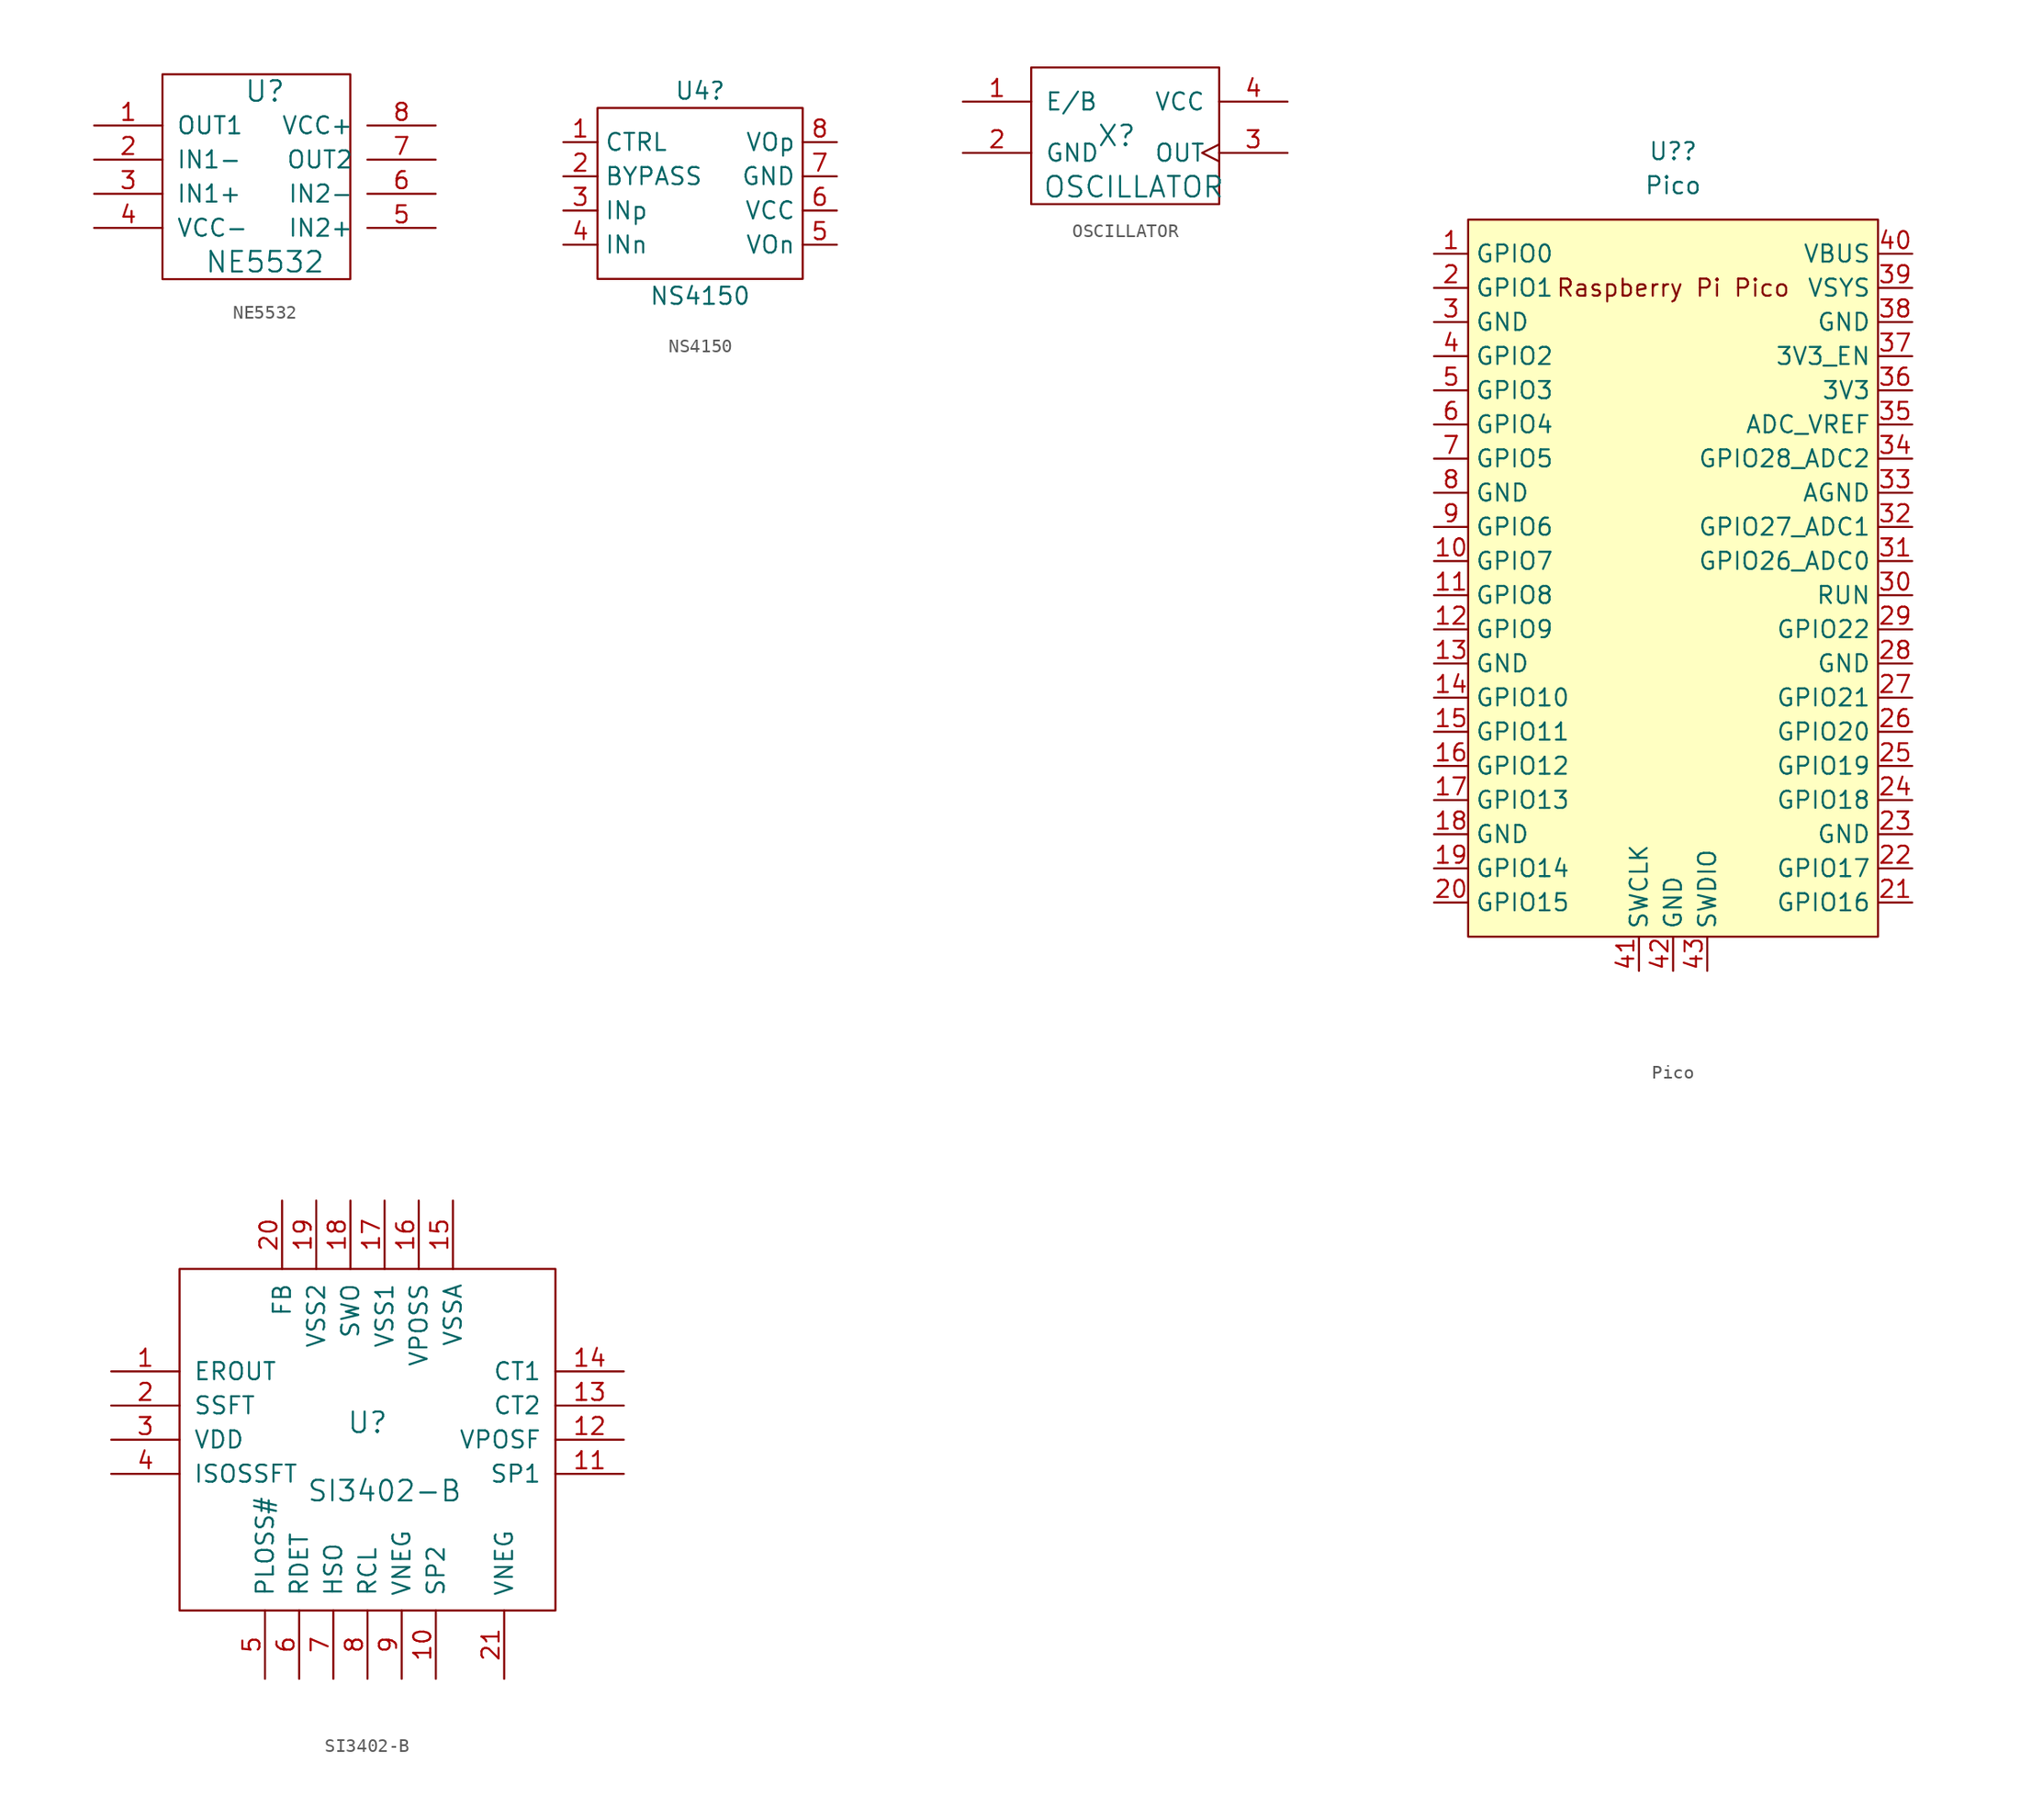
<source format=kicad_sym>
(kicad_symbol_lib
  (version 20220914)
  (generator kicad_symbol_editor)
  (symbol "NE5532"
    (pin_names
      (offset 1.016))
    (property "Reference" "U"
      (at 1.27 6.35 0)
      (effects (font (size 1.524 1.524))))
    (property "Value" "NE5532"
      (at 1.27 -6.35 0)
      (effects (font (size 1.524 1.524))))
    (property "Footprint" ""
      (at 1.27 -3.81 0)
      (effects (font (size 1.524 1.524))))
    (property "Datasheet" ""
      (at 1.27 -3.81 0)
      (effects (font (size 1.524 1.524))))
    (symbol "NE5532_0_1"
      (rectangle (start -6.35 7.62) (end 7.62 -7.62) (stroke (width 0) (type default)) (fill (type none))))
    (symbol "NE5532_1_1"
      (pin input line (at -11.43 3.81 0) (length 5.08) (name "OUT1" (effects (font (size 1.27 1.27)))) (number "1" (effects (font (size 1.27 1.27)))))
      (pin input line (at -11.43 1.27 0) (length 5.08) (name "IN1-" (effects (font (size 1.27 1.27)))) (number "2" (effects (font (size 1.27 1.27)))))
      (pin input line (at -11.43 -1.27 0) (length 5.08) (name "IN1+" (effects (font (size 1.27 1.27)))) (number "3" (effects (font (size 1.27 1.27)))))
      (pin input line (at -11.43 -3.81 0) (length 5.08) (name "VCC-" (effects (font (size 1.27 1.27)))) (number "4" (effects (font (size 1.27 1.27)))))
      (pin input line (at 13.97 -3.81 180) (length 5.08) (name "IN2+" (effects (font (size 1.27 1.27)))) (number "5" (effects (font (size 1.27 1.27)))))
      (pin input line (at 13.97 -1.27 180) (length 5.08) (name "IN2-" (effects (font (size 1.27 1.27)))) (number "6" (effects (font (size 1.27 1.27)))))
      (pin input line (at 13.97 1.27 180) (length 5.08) (name "OUT2" (effects (font (size 1.27 1.27)))) (number "7" (effects (font (size 1.27 1.27)))))
      (pin input line (at 13.97 3.81 180) (length 5.08) (name "VCC+" (effects (font (size 1.27 1.27)))) (number "8" (effects (font (size 1.27 1.27)))))))
  (symbol "NS4150"
    (property "Reference" "U4"
      (at 0 7.62 0)
      (effects (font (size 1.27 1.27))))
    (property "Value" "NS4150"
      (at 0 -7.62 0)
      (effects (font (size 1.27 1.27))))
    (symbol "NS4150_0_1"
      (rectangle (start -7.62 6.35) (end 7.62 -6.35) (stroke (width 0) (type default)) (fill (type none))))
    (symbol "NS4150_1_1"
      (pin input line (at -10.16 3.81 0) (length 2.54) (name "CTRL" (effects (font (size 1.27 1.27)))) (number "1" (effects (font (size 1.27 1.27)))))
      (pin input line (at -10.16 1.27 0) (length 2.54) (name "BYPASS" (effects (font (size 1.27 1.27)))) (number "2" (effects (font (size 1.27 1.27)))))
      (pin input line (at -10.16 -1.27 0) (length 2.54) (name "INp" (effects (font (size 1.27 1.27)))) (number "3" (effects (font (size 1.27 1.27)))))
      (pin input line (at -10.16 -3.81 0) (length 2.54) (name "INn" (effects (font (size 1.27 1.27)))) (number "4" (effects (font (size 1.27 1.27)))))
      (pin input line (at 10.16 -3.81 180) (length 2.54) (name "VOn" (effects (font (size 1.27 1.27)))) (number "5" (effects (font (size 1.27 1.27)))))
      (pin input line (at 10.16 -1.27 180) (length 2.54) (name "VCC" (effects (font (size 1.27 1.27)))) (number "6" (effects (font (size 1.27 1.27)))))
      (pin input line (at 10.16 1.27 180) (length 2.54) (name "GND" (effects (font (size 1.27 1.27)))) (number "7" (effects (font (size 1.27 1.27)))))
      (pin input line (at 10.16 3.81 180) (length 2.54) (name "VOp" (effects (font (size 1.27 1.27)))) (number "8" (effects (font (size 1.27 1.27)))))))
  (symbol "OSCILLATOR"
    (pin_names
      (offset 1.016))
    (property "Reference" "X"
      (at 0 -1.27 0)
      (effects (font (size 1.524 1.524))))
    (property "Value" "OSCILLATOR"
      (at 1.27 -5.08 0)
      (effects (font (size 1.524 1.524))))
    (property "Footprint" ""
      (at 0 0 0)
      (effects (font (size 1.524 1.524))))
    (property "Datasheet" ""
      (at 0 0 0)
      (effects (font (size 1.524 1.524))))
    (symbol "OSCILLATOR_0_1"
      (rectangle (start -6.35 3.81) (end 7.62 -6.35) (stroke (width 0) (type default)) (fill (type none))))
    (symbol "OSCILLATOR_1_1"
      (pin input line (at -11.43 1.27 0) (length 5.08) (name "E/B" (effects (font (size 1.27 1.27)))) (number "1" (effects (font (size 1.27 1.27)))))
      (pin power_in line (at -11.43 -2.54 0) (length 5.08) (name "GND" (effects (font (size 1.27 1.27)))) (number "2" (effects (font (size 1.27 1.27)))))
      (pin output clock (at 12.7 -2.54 180) (length 5.08) (name "OUT" (effects (font (size 1.27 1.27)))) (number "3" (effects (font (size 1.27 1.27)))))
      (pin power_in line (at 12.7 1.27 180) (length 5.08) (name "VCC" (effects (font (size 1.27 1.27)))) (number "4" (effects (font (size 1.27 1.27)))))))
  (symbol "Pico"
    (property "Reference" "U?"
      (at 0 31.75 0)
      (effects (font (size 1.27 1.27))))
    (property "Value" "Pico"
      (at 0 29.21 0)
      (effects (font (size 1.27 1.27))))
    (symbol "Pico_0_0"
      (text "Raspberry Pi Pico" (at 0 21.59 0) (effects (font (size 1.27 1.27)))))
    (symbol "Pico_0_1"
      (rectangle (start -15.24 26.67) (end 15.24 -26.67) (stroke (width 0) (type default)) (fill (type background))))
    (symbol "Pico_1_1"
      (pin bidirectional line (at -17.78 24.13 0) (length 2.54) (name "GPIO0" (effects (font (size 1.27 1.27)))) (number "1" (effects (font (size 1.27 1.27)))))
      (pin bidirectional line (at -17.78 1.27 0) (length 2.54) (name "GPIO7" (effects (font (size 1.27 1.27)))) (number "10" (effects (font (size 1.27 1.27)))))
      (pin bidirectional line (at -17.78 -1.27 0) (length 2.54) (name "GPIO8" (effects (font (size 1.27 1.27)))) (number "11" (effects (font (size 1.27 1.27)))))
      (pin bidirectional line (at -17.78 -3.81 0) (length 2.54) (name "GPIO9" (effects (font (size 1.27 1.27)))) (number "12" (effects (font (size 1.27 1.27)))))
      (pin power_in line (at -17.78 -6.35 0) (length 2.54) (name "GND" (effects (font (size 1.27 1.27)))) (number "13" (effects (font (size 1.27 1.27)))))
      (pin bidirectional line (at -17.78 -8.89 0) (length 2.54) (name "GPIO10" (effects (font (size 1.27 1.27)))) (number "14" (effects (font (size 1.27 1.27)))))
      (pin bidirectional line (at -17.78 -11.43 0) (length 2.54) (name "GPIO11" (effects (font (size 1.27 1.27)))) (number "15" (effects (font (size 1.27 1.27)))))
      (pin bidirectional line (at -17.78 -13.97 0) (length 2.54) (name "GPIO12" (effects (font (size 1.27 1.27)))) (number "16" (effects (font (size 1.27 1.27)))))
      (pin bidirectional line (at -17.78 -16.51 0) (length 2.54) (name "GPIO13" (effects (font (size 1.27 1.27)))) (number "17" (effects (font (size 1.27 1.27)))))
      (pin power_in line (at -17.78 -19.05 0) (length 2.54) (name "GND" (effects (font (size 1.27 1.27)))) (number "18" (effects (font (size 1.27 1.27)))))
      (pin bidirectional line (at -17.78 -21.59 0) (length 2.54) (name "GPIO14" (effects (font (size 1.27 1.27)))) (number "19" (effects (font (size 1.27 1.27)))))
      (pin bidirectional line (at -17.78 21.59 0) (length 2.54) (name "GPIO1" (effects (font (size 1.27 1.27)))) (number "2" (effects (font (size 1.27 1.27)))))
      (pin bidirectional line (at -17.78 -24.13 0) (length 2.54) (name "GPIO15" (effects (font (size 1.27 1.27)))) (number "20" (effects (font (size 1.27 1.27)))))
      (pin bidirectional line (at 17.78 -24.13 180) (length 2.54) (name "GPIO16" (effects (font (size 1.27 1.27)))) (number "21" (effects (font (size 1.27 1.27)))))
      (pin bidirectional line (at 17.78 -21.59 180) (length 2.54) (name "GPIO17" (effects (font (size 1.27 1.27)))) (number "22" (effects (font (size 1.27 1.27)))))
      (pin power_in line (at 17.78 -19.05 180) (length 2.54) (name "GND" (effects (font (size 1.27 1.27)))) (number "23" (effects (font (size 1.27 1.27)))))
      (pin bidirectional line (at 17.78 -16.51 180) (length 2.54) (name "GPIO18" (effects (font (size 1.27 1.27)))) (number "24" (effects (font (size 1.27 1.27)))))
      (pin bidirectional line (at 17.78 -13.97 180) (length 2.54) (name "GPIO19" (effects (font (size 1.27 1.27)))) (number "25" (effects (font (size 1.27 1.27)))))
      (pin bidirectional line (at 17.78 -11.43 180) (length 2.54) (name "GPIO20" (effects (font (size 1.27 1.27)))) (number "26" (effects (font (size 1.27 1.27)))))
      (pin bidirectional line (at 17.78 -8.89 180) (length 2.54) (name "GPIO21" (effects (font (size 1.27 1.27)))) (number "27" (effects (font (size 1.27 1.27)))))
      (pin power_in line (at 17.78 -6.35 180) (length 2.54) (name "GND" (effects (font (size 1.27 1.27)))) (number "28" (effects (font (size 1.27 1.27)))))
      (pin bidirectional line (at 17.78 -3.81 180) (length 2.54) (name "GPIO22" (effects (font (size 1.27 1.27)))) (number "29" (effects (font (size 1.27 1.27)))))
      (pin power_in line (at -17.78 19.05 0) (length 2.54) (name "GND" (effects (font (size 1.27 1.27)))) (number "3" (effects (font (size 1.27 1.27)))))
      (pin input line (at 17.78 -1.27 180) (length 2.54) (name "RUN" (effects (font (size 1.27 1.27)))) (number "30" (effects (font (size 1.27 1.27)))))
      (pin bidirectional line (at 17.78 1.27 180) (length 2.54) (name "GPIO26_ADC0" (effects (font (size 1.27 1.27)))) (number "31" (effects (font (size 1.27 1.27)))))
      (pin bidirectional line (at 17.78 3.81 180) (length 2.54) (name "GPIO27_ADC1" (effects (font (size 1.27 1.27)))) (number "32" (effects (font (size 1.27 1.27)))))
      (pin power_in line (at 17.78 6.35 180) (length 2.54) (name "AGND" (effects (font (size 1.27 1.27)))) (number "33" (effects (font (size 1.27 1.27)))))
      (pin bidirectional line (at 17.78 8.89 180) (length 2.54) (name "GPIO28_ADC2" (effects (font (size 1.27 1.27)))) (number "34" (effects (font (size 1.27 1.27)))))
      (pin power_in line (at 17.78 11.43 180) (length 2.54) (name "ADC_VREF" (effects (font (size 1.27 1.27)))) (number "35" (effects (font (size 1.27 1.27)))))
      (pin power_in line (at 17.78 13.97 180) (length 2.54) (name "3V3" (effects (font (size 1.27 1.27)))) (number "36" (effects (font (size 1.27 1.27)))))
      (pin input line (at 17.78 16.51 180) (length 2.54) (name "3V3_EN" (effects (font (size 1.27 1.27)))) (number "37" (effects (font (size 1.27 1.27)))))
      (pin bidirectional line (at 17.78 19.05 180) (length 2.54) (name "GND" (effects (font (size 1.27 1.27)))) (number "38" (effects (font (size 1.27 1.27)))))
      (pin power_in line (at 17.78 21.59 180) (length 2.54) (name "VSYS" (effects (font (size 1.27 1.27)))) (number "39" (effects (font (size 1.27 1.27)))))
      (pin bidirectional line (at -17.78 16.51 0) (length 2.54) (name "GPIO2" (effects (font (size 1.27 1.27)))) (number "4" (effects (font (size 1.27 1.27)))))
      (pin power_in line (at 17.78 24.13 180) (length 2.54) (name "VBUS" (effects (font (size 1.27 1.27)))) (number "40" (effects (font (size 1.27 1.27)))))
      (pin input line (at -2.54 -29.21 90) (length 2.54) (name "SWCLK" (effects (font (size 1.27 1.27)))) (number "41" (effects (font (size 1.27 1.27)))))
      (pin power_in line (at 0 -29.21 90) (length 2.54) (name "GND" (effects (font (size 1.27 1.27)))) (number "42" (effects (font (size 1.27 1.27)))))
      (pin bidirectional line (at 2.54 -29.21 90) (length 2.54) (name "SWDIO" (effects (font (size 1.27 1.27)))) (number "43" (effects (font (size 1.27 1.27)))))
      (pin bidirectional line (at -17.78 13.97 0) (length 2.54) (name "GPIO3" (effects (font (size 1.27 1.27)))) (number "5" (effects (font (size 1.27 1.27)))))
      (pin bidirectional line (at -17.78 11.43 0) (length 2.54) (name "GPIO4" (effects (font (size 1.27 1.27)))) (number "6" (effects (font (size 1.27 1.27)))))
      (pin bidirectional line (at -17.78 8.89 0) (length 2.54) (name "GPIO5" (effects (font (size 1.27 1.27)))) (number "7" (effects (font (size 1.27 1.27)))))
      (pin power_in line (at -17.78 6.35 0) (length 2.54) (name "GND" (effects (font (size 1.27 1.27)))) (number "8" (effects (font (size 1.27 1.27)))))
      (pin bidirectional line (at -17.78 3.81 0) (length 2.54) (name "GPIO6" (effects (font (size 1.27 1.27)))) (number "9" (effects (font (size 1.27 1.27)))))))
  (symbol "SI3402-B"
    (pin_names
      (offset 1.016))
    (property "Reference" "U"
      (at 0 0 0)
      (effects (font (size 1.524 1.524))))
    (property "Value" "SI3402-B"
      (at 1.27 -5.08 0)
      (effects (font (size 1.524 1.524))))
    (symbol "SI3402-B_0_1"
      (rectangle (start -13.97 11.43) (end 13.97 -13.97) (stroke (width 0) (type default)) (fill (type none))))
    (symbol "SI3402-B_1_1"
      (pin input line (at -19.05 3.81 0) (length 5.08) (name "EROUT" (effects (font (size 1.27 1.27)))) (number "1" (effects (font (size 1.27 1.27)))))
      (pin input line (at 5.08 -19.05 90) (length 5.08) (name "SP2" (effects (font (size 1.27 1.27)))) (number "10" (effects (font (size 1.27 1.27)))))
      (pin input line (at 19.05 -3.81 180) (length 5.08) (name "SP1" (effects (font (size 1.27 1.27)))) (number "11" (effects (font (size 1.27 1.27)))))
      (pin input line (at 19.05 -1.27 180) (length 5.08) (name "VPOSF" (effects (font (size 1.27 1.27)))) (number "12" (effects (font (size 1.27 1.27)))))
      (pin input line (at 19.05 1.27 180) (length 5.08) (name "CT2" (effects (font (size 1.27 1.27)))) (number "13" (effects (font (size 1.27 1.27)))))
      (pin input line (at 19.05 3.81 180) (length 5.08) (name "CT1" (effects (font (size 1.27 1.27)))) (number "14" (effects (font (size 1.27 1.27)))))
      (pin input line (at 6.35 16.51 270) (length 5.08) (name "VSSA" (effects (font (size 1.27 1.27)))) (number "15" (effects (font (size 1.27 1.27)))))
      (pin input line (at 3.81 16.51 270) (length 5.08) (name "VPOSS" (effects (font (size 1.27 1.27)))) (number "16" (effects (font (size 1.27 1.27)))))
      (pin input line (at 1.27 16.51 270) (length 5.08) (name "VSS1" (effects (font (size 1.27 1.27)))) (number "17" (effects (font (size 1.27 1.27)))))
      (pin input line (at -1.27 16.51 270) (length 5.08) (name "SWO" (effects (font (size 1.27 1.27)))) (number "18" (effects (font (size 1.27 1.27)))))
      (pin input line (at -3.81 16.51 270) (length 5.08) (name "VSS2" (effects (font (size 1.27 1.27)))) (number "19" (effects (font (size 1.27 1.27)))))
      (pin input line (at -19.05 1.27 0) (length 5.08) (name "SSFT" (effects (font (size 1.27 1.27)))) (number "2" (effects (font (size 1.27 1.27)))))
      (pin input line (at -6.35 16.51 270) (length 5.08) (name "FB" (effects (font (size 1.27 1.27)))) (number "20" (effects (font (size 1.27 1.27)))))
      (pin input line (at 10.16 -19.05 90) (length 5.08) (name "VNEG" (effects (font (size 1.27 1.27)))) (number "21" (effects (font (size 1.27 1.27)))))
      (pin input line (at -19.05 -1.27 0) (length 5.08) (name "VDD" (effects (font (size 1.27 1.27)))) (number "3" (effects (font (size 1.27 1.27)))))
      (pin input line (at -19.05 -3.81 0) (length 5.08) (name "ISOSSFT" (effects (font (size 1.27 1.27)))) (number "4" (effects (font (size 1.27 1.27)))))
      (pin input line (at -7.62 -19.05 90) (length 5.08) (name "PLOSS#" (effects (font (size 1.27 1.27)))) (number "5" (effects (font (size 1.27 1.27)))))
      (pin input line (at -5.08 -19.05 90) (length 5.08) (name "RDET" (effects (font (size 1.27 1.27)))) (number "6" (effects (font (size 1.27 1.27)))))
      (pin input line (at -2.54 -19.05 90) (length 5.08) (name "HSO" (effects (font (size 1.27 1.27)))) (number "7" (effects (font (size 1.27 1.27)))))
      (pin input line (at 0 -19.05 90) (length 5.08) (name "RCL" (effects (font (size 1.27 1.27)))) (number "8" (effects (font (size 1.27 1.27)))))
      (pin input line (at 2.54 -19.05 90) (length 5.08) (name "VNEG" (effects (font (size 1.27 1.27)))) (number "9" (effects (font (size 1.27 1.27))))))))
</source>
